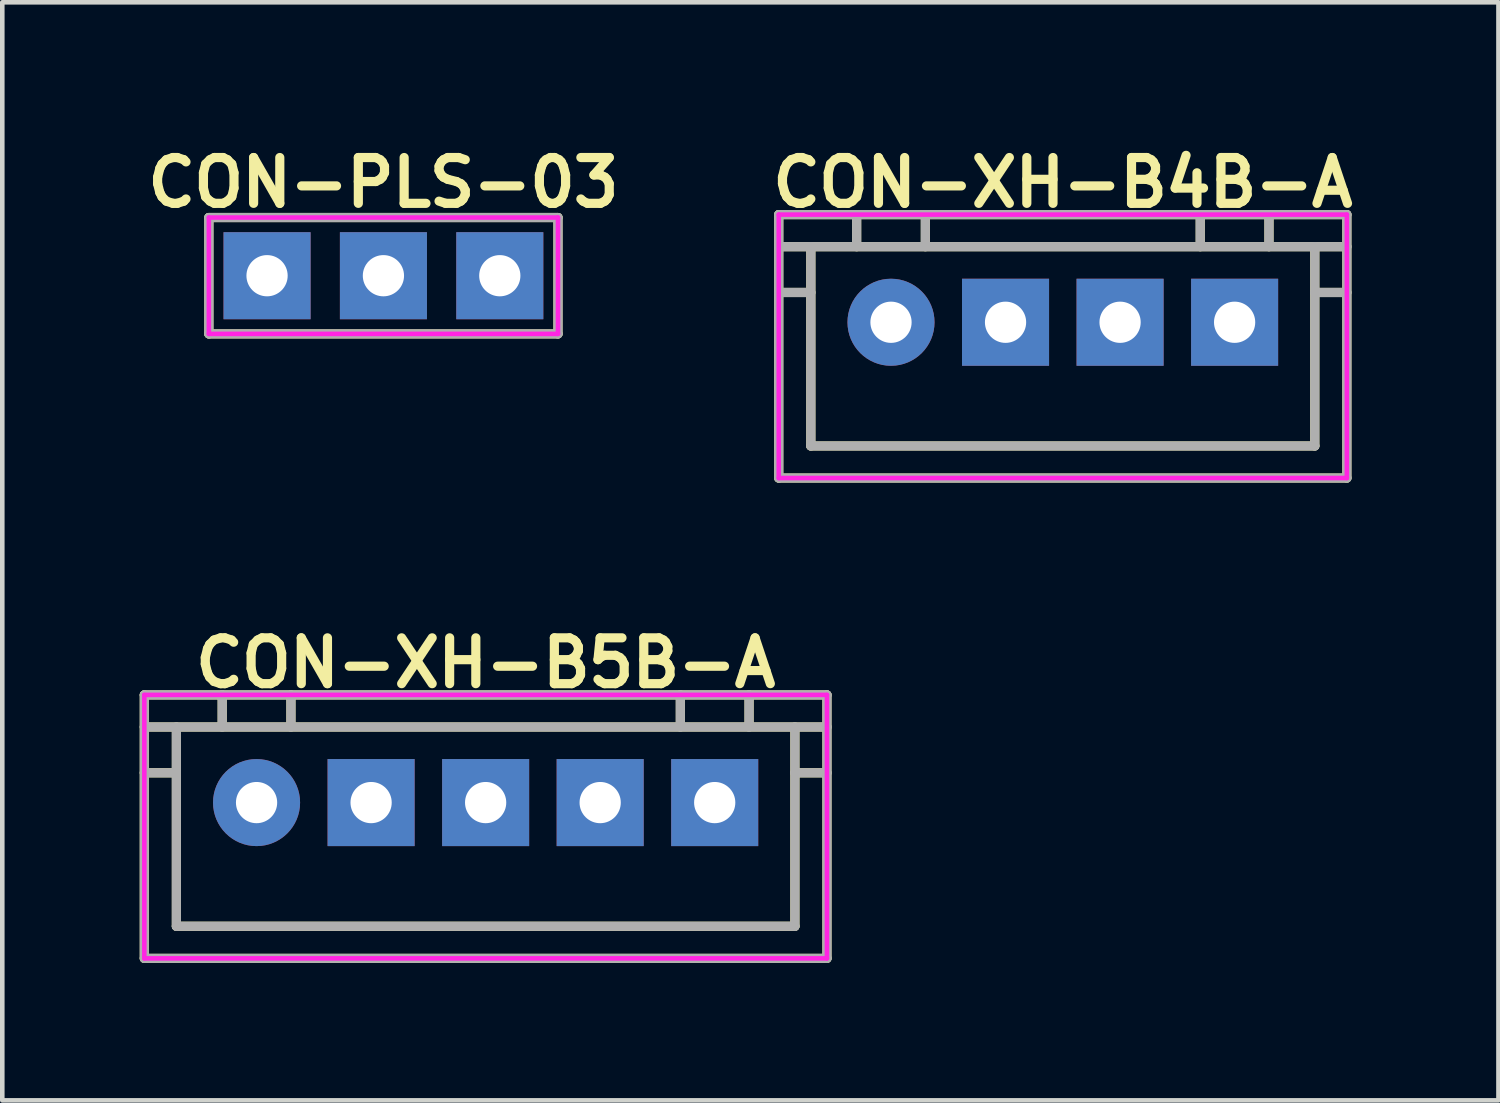
<source format=kicad_pcb>
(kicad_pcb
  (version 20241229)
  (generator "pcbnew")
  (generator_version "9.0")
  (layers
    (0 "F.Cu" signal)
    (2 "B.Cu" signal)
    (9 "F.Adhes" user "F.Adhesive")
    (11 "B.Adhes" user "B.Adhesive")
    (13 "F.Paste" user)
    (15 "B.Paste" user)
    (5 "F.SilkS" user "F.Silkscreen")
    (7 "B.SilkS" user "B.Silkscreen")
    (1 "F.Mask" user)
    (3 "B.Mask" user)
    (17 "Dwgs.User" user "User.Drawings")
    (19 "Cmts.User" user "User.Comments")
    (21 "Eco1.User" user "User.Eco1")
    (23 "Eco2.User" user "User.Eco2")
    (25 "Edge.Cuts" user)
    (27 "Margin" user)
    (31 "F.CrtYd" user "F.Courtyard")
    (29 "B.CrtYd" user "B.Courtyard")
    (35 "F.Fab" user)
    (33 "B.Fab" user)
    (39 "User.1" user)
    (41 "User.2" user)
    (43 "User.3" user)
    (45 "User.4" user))
  (footprint "CON-XH-B4B-A"
    (layer "F.Cu")
    (at 20.148 3.984)
    (property "Reference" "CON-XH-B4B-A" (at 0 -3.048 0) (layer "F.SilkS") (effects (font (size 1 1) (thickness 0.2))))
    (attr through_hole)
    (fp_line (start -6.2 -2.35) (end -6.2 3.4) (stroke (width 0.2) (type solid)) (layer "F.SilkS"))
    (fp_line (start -6.2 -2.35) (end 6.2 -2.35) (stroke (width 0.2) (type solid)) (layer "F.SilkS"))
    (fp_line (start -6.2 -1.65) (end 6.2 -1.65) (stroke (width 0.2) (type solid)) (layer "F.SilkS"))
    (fp_line (start -6.2 -0.65) (end -5.5 -0.65) (stroke (width 0.2) (type solid)) (layer "F.SilkS"))
    (fp_line (start -6.2 3.4) (end 6.2 3.4) (stroke (width 0.2) (type solid)) (layer "F.SilkS"))
    (fp_line (start -5.5 -1.65) (end -5.5 2.7) (stroke (width 0.2) (type solid)) (layer "F.SilkS"))
    (fp_line (start -5.5 2.7) (end 5.5 2.7) (stroke (width 0.2) (type solid)) (layer "F.SilkS"))
    (fp_line (start -4.5 -2.35) (end -4.5 -1.65) (stroke (width 0.2) (type solid)) (layer "F.SilkS"))
    (fp_line (start -3 -2.35) (end -3 -1.65) (stroke (width 0.2) (type solid)) (layer "F.SilkS"))
    (fp_line (start 3 -2.35) (end 3 -1.65) (stroke (width 0.2) (type solid)) (layer "F.SilkS"))
    (fp_line (start 4.5 -2.35) (end 4.5 -1.65) (stroke (width 0.2) (type solid)) (layer "F.SilkS"))
    (fp_line (start 5.5 -1.65) (end 5.5 2.7) (stroke (width 0.2) (type solid)) (layer "F.SilkS"))
    (fp_line (start 5.5 -0.65) (end 6.2 -0.65) (stroke (width 0.2) (type solid)) (layer "F.SilkS"))
    (fp_line (start 6.2 -2.35) (end 6.2 3.4) (stroke (width 0.2) (type solid)) (layer "F.SilkS"))
    (fp_line (start -6.2 -2.35) (end -6.2 3.4) (stroke (width 0.1) (type solid)) (layer "F.CrtYd"))
    (fp_line (start -6.2 -2.35) (end 6.2 -2.35) (stroke (width 0.1) (type solid)) (layer "F.CrtYd"))
    (fp_line (start -6.2 3.4) (end 6.2 3.4) (stroke (width 0.1) (type solid)) (layer "F.CrtYd"))
    (fp_line (start 6.2 -2.35) (end 6.2 3.4) (stroke (width 0.1) (type solid)) (layer "F.CrtYd"))
    (fp_line (start -6.2 -2.35) (end -6.2 3.4) (stroke (width 0.2) (type solid)) (layer "F.Fab"))
    (fp_line (start -6.2 -2.35) (end 6.2 -2.35) (stroke (width 0.2) (type solid)) (layer "F.Fab"))
    (fp_line (start -6.2 -1.65) (end 6.2 -1.65) (stroke (width 0.2) (type solid)) (layer "F.Fab"))
    (fp_line (start -6.2 -0.65) (end -5.5 -0.65) (stroke (width 0.2) (type solid)) (layer "F.Fab"))
    (fp_line (start -6.2 3.4) (end 6.2 3.4) (stroke (width 0.2) (type solid)) (layer "F.Fab"))
    (fp_line (start -5.5 -1.65) (end -5.5 2.7) (stroke (width 0.2) (type solid)) (layer "F.Fab"))
    (fp_line (start -5.5 2.7) (end 5.5 2.7) (stroke (width 0.2) (type solid)) (layer "F.Fab"))
    (fp_line (start -4.5 -2.35) (end -4.5 -1.65) (stroke (width 0.2) (type solid)) (layer "F.Fab"))
    (fp_line (start -3 -2.35) (end -3 -1.65) (stroke (width 0.2) (type solid)) (layer "F.Fab"))
    (fp_line (start 3 -2.35) (end 3 -1.65) (stroke (width 0.2) (type solid)) (layer "F.Fab"))
    (fp_line (start 4.5 -2.35) (end 4.5 -1.65) (stroke (width 0.2) (type solid)) (layer "F.Fab"))
    (fp_line (start 5.5 -1.65) (end 5.5 2.7) (stroke (width 0.2) (type solid)) (layer "F.Fab"))
    (fp_line (start 5.5 -0.65) (end 6.2 -0.65) (stroke (width 0.2) (type solid)) (layer "F.Fab"))
    (fp_line (start 6.2 -2.35) (end 6.2 3.4) (stroke (width 0.2) (type solid)) (layer "F.Fab"))
    (pad "1" thru_hole circle (at -3.75 0) (size 1.9 1.9) (drill 0.9) (layers "*.Cu" "*.Mask"))
    (pad "2" thru_hole rect (at -1.25 0) (size 1.9 1.9) (drill 0.9) (layers "*.Cu" "*.Mask"))
    (pad "3" thru_hole rect (at 1.25 0) (size 1.9 1.9) (drill 0.9) (layers "*.Cu" "*.Mask"))
    (pad "4" thru_hole rect (at 3.75 0) (size 1.9 1.9) (drill 0.9) (layers "*.Cu" "*.Mask")))
  (footprint "CON-XH-B5B-A"
    (layer "F.Cu")
    (at 7.55 14.468)
    (property "Reference" "CON-XH-B5B-A" (at 0 -3.048 0) (layer "F.SilkS") (effects (font (size 1 1) (thickness 0.2))))
    (attr through_hole)
    (fp_line (start -7.45 -2.35) (end -7.45 3.4) (stroke (width 0.2) (type solid)) (layer "F.SilkS"))
    (fp_line (start -7.45 -2.35) (end 7.45 -2.35) (stroke (width 0.2) (type solid)) (layer "F.SilkS"))
    (fp_line (start -7.45 -1.65) (end 7.45 -1.65) (stroke (width 0.2) (type solid)) (layer "F.SilkS"))
    (fp_line (start -7.45 -0.65) (end -6.75 -0.65) (stroke (width 0.2) (type solid)) (layer "F.SilkS"))
    (fp_line (start -7.45 3.4) (end 7.45 3.4) (stroke (width 0.2) (type solid)) (layer "F.SilkS"))
    (fp_line (start -6.75 -1.65) (end -6.75 2.7) (stroke (width 0.2) (type solid)) (layer "F.SilkS"))
    (fp_line (start -6.75 2.7) (end 6.75 2.7) (stroke (width 0.2) (type solid)) (layer "F.SilkS"))
    (fp_line (start -5.75 -2.35) (end -5.75 -1.65) (stroke (width 0.2) (type solid)) (layer "F.SilkS"))
    (fp_line (start -4.25 -2.35) (end -4.25 -1.65) (stroke (width 0.2) (type solid)) (layer "F.SilkS"))
    (fp_line (start 4.25 -2.35) (end 4.25 -1.65) (stroke (width 0.2) (type solid)) (layer "F.SilkS"))
    (fp_line (start 5.75 -2.35) (end 5.75 -1.65) (stroke (width 0.2) (type solid)) (layer "F.SilkS"))
    (fp_line (start 6.75 -1.65) (end 6.75 2.7) (stroke (width 0.2) (type solid)) (layer "F.SilkS"))
    (fp_line (start 6.75 -0.65) (end 7.45 -0.65) (stroke (width 0.2) (type solid)) (layer "F.SilkS"))
    (fp_line (start 7.45 -2.35) (end 7.45 3.4) (stroke (width 0.2) (type solid)) (layer "F.SilkS"))
    (fp_line (start -7.45 -2.35) (end -7.45 3.4) (stroke (width 0.1) (type solid)) (layer "F.CrtYd"))
    (fp_line (start -7.45 -2.35) (end 7.45 -2.35) (stroke (width 0.1) (type solid)) (layer "F.CrtYd"))
    (fp_line (start -7.45 3.4) (end 7.45 3.4) (stroke (width 0.1) (type solid)) (layer "F.CrtYd"))
    (fp_line (start 7.45 -2.35) (end 7.45 3.4) (stroke (width 0.1) (type solid)) (layer "F.CrtYd"))
    (fp_line (start -7.45 -2.35) (end -7.45 3.4) (stroke (width 0.2) (type solid)) (layer "F.Fab"))
    (fp_line (start -7.45 -2.35) (end 7.45 -2.35) (stroke (width 0.2) (type solid)) (layer "F.Fab"))
    (fp_line (start -7.45 -1.65) (end 7.45 -1.65) (stroke (width 0.2) (type solid)) (layer "F.Fab"))
    (fp_line (start -7.45 -0.65) (end -6.75 -0.65) (stroke (width 0.2) (type solid)) (layer "F.Fab"))
    (fp_line (start -7.45 3.4) (end 7.45 3.4) (stroke (width 0.2) (type solid)) (layer "F.Fab"))
    (fp_line (start -6.75 -1.65) (end -6.75 2.7) (stroke (width 0.2) (type solid)) (layer "F.Fab"))
    (fp_line (start -6.75 2.7) (end 6.75 2.7) (stroke (width 0.2) (type solid)) (layer "F.Fab"))
    (fp_line (start -5.75 -2.35) (end -5.75 -1.65) (stroke (width 0.2) (type solid)) (layer "F.Fab"))
    (fp_line (start -4.25 -2.35) (end -4.25 -1.65) (stroke (width 0.2) (type solid)) (layer "F.Fab"))
    (fp_line (start 4.25 -2.35) (end 4.25 -1.65) (stroke (width 0.2) (type solid)) (layer "F.Fab"))
    (fp_line (start 5.75 -2.35) (end 5.75 -1.65) (stroke (width 0.2) (type solid)) (layer "F.Fab"))
    (fp_line (start 6.75 -1.65) (end 6.75 2.7) (stroke (width 0.2) (type solid)) (layer "F.Fab"))
    (fp_line (start 6.75 -0.65) (end 7.45 -0.65) (stroke (width 0.2) (type solid)) (layer "F.Fab"))
    (fp_line (start 7.45 -2.35) (end 7.45 3.4) (stroke (width 0.2) (type solid)) (layer "F.Fab"))
    (pad "1" thru_hole circle (at -5 0) (size 1.9 1.9) (drill 0.9) (layers "*.Cu" "*.Mask"))
    (pad "2" thru_hole rect (at -2.5 0) (size 1.9 1.9) (drill 0.9) (layers "*.Cu" "*.Mask"))
    (pad "3" thru_hole rect (at 0 0) (size 1.9 1.9) (drill 0.9) (layers "*.Cu" "*.Mask"))
    (pad "4" thru_hole rect (at 2.5 0) (size 1.9 1.9) (drill 0.9) (layers "*.Cu" "*.Mask"))
    (pad "5" thru_hole rect (at 5 0) (size 1.9 1.9) (drill 0.9) (layers "*.Cu" "*.Mask")))
  (footprint "CON-PLS-03"
    (layer "F.Cu")
    (at 5.319 2.968)
    (property "Reference" "CON-PLS-03" (at 0 -2.032 0) (layer "F.SilkS") (effects (font (size 1 1) (thickness 0.2))))
    (attr through_hole)
    (fp_line (start -3.81 -1.27) (end -3.81 1.27) (stroke (width 0.2) (type solid)) (layer "F.SilkS"))
    (fp_line (start -3.81 -1.27) (end 3.81 -1.27) (stroke (width 0.2) (type solid)) (layer "F.SilkS"))
    (fp_line (start -3.81 1.27) (end 3.81 1.27) (stroke (width 0.2) (type solid)) (layer "F.SilkS"))
    (fp_line (start 3.81 -1.27) (end 3.81 1.27) (stroke (width 0.2) (type solid)) (layer "F.SilkS"))
    (fp_line (start -3.81 -1.27) (end -3.81 1.27) (stroke (width 0.1) (type solid)) (layer "F.CrtYd"))
    (fp_line (start -3.81 -1.27) (end 3.81 -1.27) (stroke (width 0.1) (type solid)) (layer "F.CrtYd"))
    (fp_line (start -3.81 1.27) (end 3.81 1.27) (stroke (width 0.1) (type solid)) (layer "F.CrtYd"))
    (fp_line (start 3.81 -1.27) (end 3.81 1.27) (stroke (width 0.1) (type solid)) (layer "F.CrtYd"))
    (fp_line (start -3.81 -1.27) (end -3.81 1.27) (stroke (width 0.2) (type solid)) (layer "F.Fab"))
    (fp_line (start -3.81 -1.27) (end 3.81 -1.27) (stroke (width 0.2) (type solid)) (layer "F.Fab"))
    (fp_line (start -3.81 1.27) (end 3.81 1.27) (stroke (width 0.2) (type solid)) (layer "F.Fab"))
    (fp_line (start 3.81 -1.27) (end 3.81 1.27) (stroke (width 0.2) (type solid)) (layer "F.Fab"))
    (pad "1" thru_hole rect (at -2.54 0) (size 1.9 1.9) (drill 0.9) (layers "*.Cu" "*.Mask"))
    (pad "2" thru_hole rect (at 0 0) (size 1.9 1.9) (drill 0.9) (layers "*.Cu" "*.Mask"))
    (pad "3" thru_hole rect (at 2.54 0) (size 1.9 1.9) (drill 0.9) (layers "*.Cu" "*.Mask")))
  (gr_rect
    (start -3 -3)
    (end 29.657 20.968)
    (stroke (width 0.1) (type default))
    (fill no)
    (layer "Edge.Cuts")))
</source>
